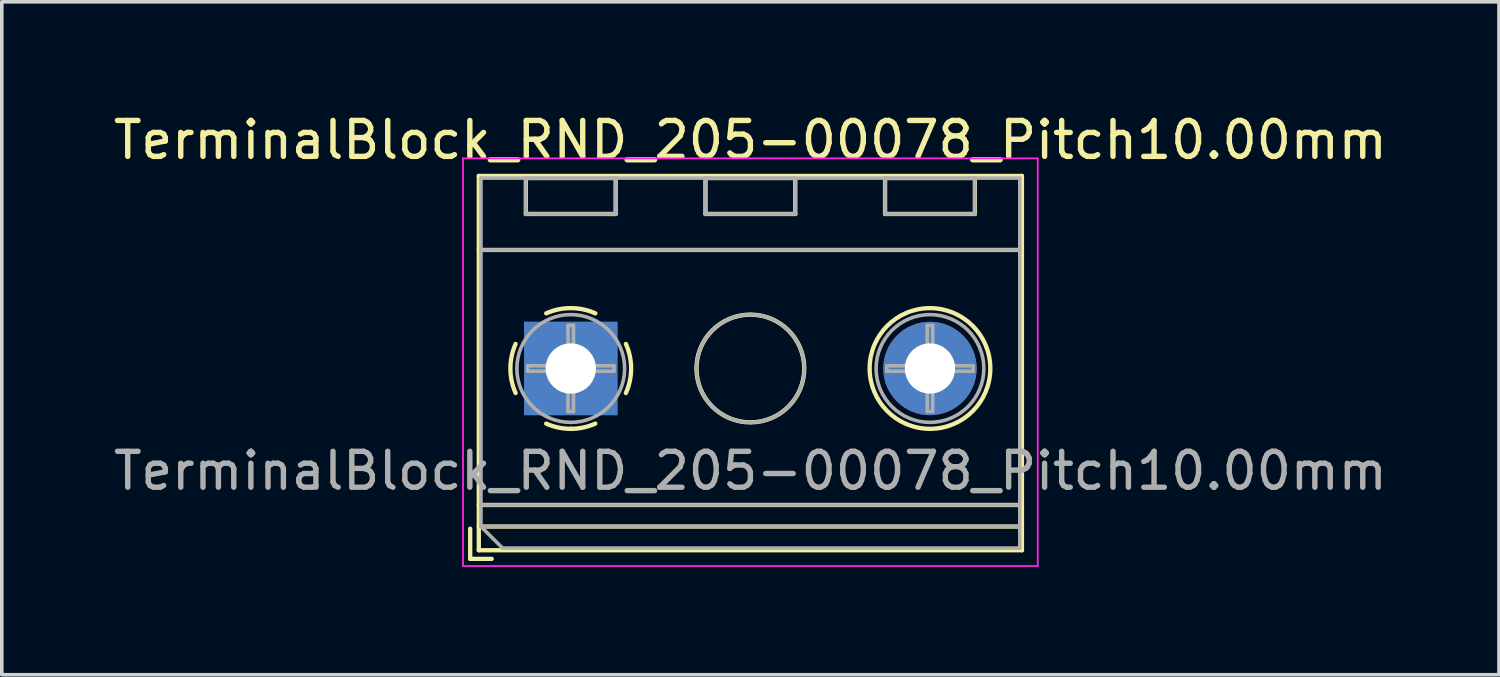
<source format=kicad_pcb>
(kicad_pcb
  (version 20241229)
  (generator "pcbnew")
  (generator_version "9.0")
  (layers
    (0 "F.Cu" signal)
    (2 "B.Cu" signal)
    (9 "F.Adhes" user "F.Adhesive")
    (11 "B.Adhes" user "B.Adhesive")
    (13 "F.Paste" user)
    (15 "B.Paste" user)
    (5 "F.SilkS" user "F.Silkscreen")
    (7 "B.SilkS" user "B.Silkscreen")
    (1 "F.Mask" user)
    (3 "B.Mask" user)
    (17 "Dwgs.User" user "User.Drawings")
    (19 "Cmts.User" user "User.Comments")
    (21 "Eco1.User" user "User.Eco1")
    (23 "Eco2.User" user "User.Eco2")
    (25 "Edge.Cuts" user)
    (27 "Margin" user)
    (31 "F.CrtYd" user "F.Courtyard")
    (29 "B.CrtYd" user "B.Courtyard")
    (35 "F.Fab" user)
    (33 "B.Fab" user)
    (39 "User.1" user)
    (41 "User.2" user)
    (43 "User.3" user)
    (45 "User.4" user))
  (footprint "TerminalBlock_RND_205-00078_Pitch10.00mm"
    (layer "F.Cu")
    (at 12.839 7.208)
    (property "Reference" "TerminalBlock_RND_205-00078_Pitch10.00mm" (at 5 -6.36 0) (layer "F.SilkS") (effects (font (size 1 1) (thickness 0.15))))
    (attr through_hole)
    (fp_line (start -2.8 4.46) (end -2.8 5.3) (stroke (width 0.12) (type solid)) (layer "F.SilkS"))
    (fp_line (start -2.8 5.3) (end -2.2 5.3) (stroke (width 0.12) (type solid)) (layer "F.SilkS"))
    (fp_line (start -2.56 -5.36) (end -2.56 5.06) (stroke (width 0.12) (type solid)) (layer "F.SilkS"))
    (fp_line (start -2.56 -3.3) (end 12.56 -3.3) (stroke (width 0.12) (type solid)) (layer "F.SilkS"))
    (fp_line (start -2.56 3.8) (end 12.56 3.8) (stroke (width 0.12) (type solid)) (layer "F.SilkS"))
    (fp_line (start -2.56 4.4) (end 12.56 4.4) (stroke (width 0.12) (type solid)) (layer "F.SilkS"))
    (fp_line (start -2.56 5.06) (end 12.56 5.06) (stroke (width 0.12) (type solid)) (layer "F.SilkS"))
    (fp_line (start -1.25 -5.301) (end -1.25 -4.301) (stroke (width 0.12) (type solid)) (layer "F.SilkS"))
    (fp_line (start -1.25 -5.301) (end 1.25 -5.301) (stroke (width 0.12) (type solid)) (layer "F.SilkS"))
    (fp_line (start -1.25 -4.301) (end 1.25 -4.301) (stroke (width 0.12) (type solid)) (layer "F.SilkS"))
    (fp_line (start 1.25 -5.301) (end 1.25 -4.301) (stroke (width 0.12) (type solid)) (layer "F.SilkS"))
    (fp_line (start 3.75 -5.301) (end 3.75 -4.301) (stroke (width 0.12) (type solid)) (layer "F.SilkS"))
    (fp_line (start 3.75 -5.301) (end 6.25 -5.301) (stroke (width 0.12) (type solid)) (layer "F.SilkS"))
    (fp_line (start 3.75 -4.301) (end 6.25 -4.301) (stroke (width 0.12) (type solid)) (layer "F.SilkS"))
    (fp_line (start 6.25 -5.301) (end 6.25 -4.301) (stroke (width 0.12) (type solid)) (layer "F.SilkS"))
    (fp_line (start 8.75 -5.301) (end 8.75 -4.301) (stroke (width 0.12) (type solid)) (layer "F.SilkS"))
    (fp_line (start 8.75 -5.301) (end 11.25 -5.301) (stroke (width 0.12) (type solid)) (layer "F.SilkS"))
    (fp_line (start 8.75 -4.301) (end 11.25 -4.301) (stroke (width 0.12) (type solid)) (layer "F.SilkS"))
    (fp_line (start 11.25 -5.301) (end 11.25 -4.301) (stroke (width 0.12) (type solid)) (layer "F.SilkS"))
    (fp_line (start 12.56 -5.36) (end -2.56 -5.36) (stroke (width 0.12) (type solid)) (layer "F.SilkS"))
    (fp_line (start 12.56 5.06) (end 12.56 -5.36) (stroke (width 0.12) (type solid)) (layer "F.SilkS"))
    (fp_arc (start -1.535427 0.683042) (mid -1.680501 -0.000524) (end -1.535 -0.684) (stroke (width 0.12) (type solid)) (layer "F.SilkS"))
    (fp_arc (start -0.683042 -1.535427) (mid 0.000524 -1.680501) (end 0.684 -1.535) (stroke (width 0.12) (type solid)) (layer "F.SilkS"))
    (fp_arc (start 0.028805 1.680253) (mid -0.335551 1.646659) (end -0.684 1.535) (stroke (width 0.12) (type solid)) (layer "F.SilkS"))
    (fp_arc (start 0.683318 1.534756) (mid 0.349292 1.643288) (end 0 1.68) (stroke (width 0.12) (type solid)) (layer "F.SilkS"))
    (fp_arc (start 1.535427 -0.683042) (mid 1.680501 0.000524) (end 1.535 0.684) (stroke (width 0.12) (type solid)) (layer "F.SilkS"))
    (fp_circle (center 5 0) (end 6.5 0) (stroke (width 0.12) (type solid)) (fill no) (layer "F.SilkS"))
    (fp_circle (center 10 0) (end 11.68 0) (stroke (width 0.12) (type solid)) (fill no) (layer "F.SilkS"))
    (fp_line (start -3 -5.85) (end -3 5.5) (stroke (width 0.05) (type solid)) (layer "F.CrtYd"))
    (fp_line (start -3 5.5) (end 13 5.5) (stroke (width 0.05) (type solid)) (layer "F.CrtYd"))
    (fp_line (start 13 -5.85) (end -3 -5.85) (stroke (width 0.05) (type solid)) (layer "F.CrtYd"))
    (fp_line (start 13 5.5) (end 13 -5.85) (stroke (width 0.05) (type solid)) (layer "F.CrtYd"))
    (fp_line (start -2.5 -5.3) (end 12.5 -5.3) (stroke (width 0.1) (type solid)) (layer "F.Fab"))
    (fp_line (start -2.5 -3.3) (end 12.5 -3.3) (stroke (width 0.1) (type solid)) (layer "F.Fab"))
    (fp_line (start -2.5 3.8) (end 12.5 3.8) (stroke (width 0.1) (type solid)) (layer "F.Fab"))
    (fp_line (start -2.5 4.4) (end -2.5 -5.3) (stroke (width 0.1) (type solid)) (layer "F.Fab"))
    (fp_line (start -2.5 4.4) (end 12.5 4.4) (stroke (width 0.1) (type solid)) (layer "F.Fab"))
    (fp_line (start -1.9 5) (end -2.5 4.4) (stroke (width 0.1) (type solid)) (layer "F.Fab"))
    (fp_line (start -1.25 -5.3) (end -1.25 -4.3) (stroke (width 0.1) (type solid)) (layer "F.Fab"))
    (fp_line (start -1.25 -4.3) (end 1.25 -4.3) (stroke (width 0.1) (type solid)) (layer "F.Fab"))
    (fp_line (start -1.201 -0.076) (end -0.076 -0.076) (stroke (width 0.1) (type solid)) (layer "F.Fab"))
    (fp_line (start -1.201 0.076) (end -1.201 -0.076) (stroke (width 0.1) (type solid)) (layer "F.Fab"))
    (fp_line (start -0.076 -1.201) (end 0.076 -1.201) (stroke (width 0.1) (type solid)) (layer "F.Fab"))
    (fp_line (start -0.076 -0.076) (end -0.076 -1.201) (stroke (width 0.1) (type solid)) (layer "F.Fab"))
    (fp_line (start -0.076 0.076) (end -1.201 0.076) (stroke (width 0.1) (type solid)) (layer "F.Fab"))
    (fp_line (start -0.076 1.201) (end -0.076 0.076) (stroke (width 0.1) (type solid)) (layer "F.Fab"))
    (fp_line (start 0.076 -1.201) (end 0.076 -0.076) (stroke (width 0.1) (type solid)) (layer "F.Fab"))
    (fp_line (start 0.076 -0.076) (end 1.201 -0.076) (stroke (width 0.1) (type solid)) (layer "F.Fab"))
    (fp_line (start 0.076 0.076) (end 0.076 1.201) (stroke (width 0.1) (type solid)) (layer "F.Fab"))
    (fp_line (start 0.076 1.201) (end -0.076 1.201) (stroke (width 0.1) (type solid)) (layer "F.Fab"))
    (fp_line (start 1.201 -0.076) (end 1.201 0.076) (stroke (width 0.1) (type solid)) (layer "F.Fab"))
    (fp_line (start 1.201 0.076) (end 0.076 0.076) (stroke (width 0.1) (type solid)) (layer "F.Fab"))
    (fp_line (start 1.25 -5.3) (end -1.25 -5.3) (stroke (width 0.1) (type solid)) (layer "F.Fab"))
    (fp_line (start 1.25 -4.3) (end 1.25 -5.3) (stroke (width 0.1) (type solid)) (layer "F.Fab"))
    (fp_line (start 3.75 -5.3) (end 3.75 -4.3) (stroke (width 0.1) (type solid)) (layer "F.Fab"))
    (fp_line (start 3.75 -4.3) (end 6.25 -4.3) (stroke (width 0.1) (type solid)) (layer "F.Fab"))
    (fp_line (start 6.25 -5.3) (end 3.75 -5.3) (stroke (width 0.1) (type solid)) (layer "F.Fab"))
    (fp_line (start 6.25 -4.3) (end 6.25 -5.3) (stroke (width 0.1) (type solid)) (layer "F.Fab"))
    (fp_line (start 8.75 -5.3) (end 8.75 -4.3) (stroke (width 0.1) (type solid)) (layer "F.Fab"))
    (fp_line (start 8.75 -4.3) (end 11.25 -4.3) (stroke (width 0.1) (type solid)) (layer "F.Fab"))
    (fp_line (start 8.799 -0.076) (end 9.924 -0.076) (stroke (width 0.1) (type solid)) (layer "F.Fab"))
    (fp_line (start 8.799 0.076) (end 8.799 -0.076) (stroke (width 0.1) (type solid)) (layer "F.Fab"))
    (fp_line (start 9.924 -1.201) (end 10.076 -1.201) (stroke (width 0.1) (type solid)) (layer "F.Fab"))
    (fp_line (start 9.924 -0.076) (end 9.924 -1.201) (stroke (width 0.1) (type solid)) (layer "F.Fab"))
    (fp_line (start 9.924 0.076) (end 8.799 0.076) (stroke (width 0.1) (type solid)) (layer "F.Fab"))
    (fp_line (start 9.924 1.201) (end 9.924 0.076) (stroke (width 0.1) (type solid)) (layer "F.Fab"))
    (fp_line (start 10.076 -1.201) (end 10.076 -0.076) (stroke (width 0.1) (type solid)) (layer "F.Fab"))
    (fp_line (start 10.076 -0.076) (end 11.201 -0.076) (stroke (width 0.1) (type solid)) (layer "F.Fab"))
    (fp_line (start 10.076 0.076) (end 10.076 1.201) (stroke (width 0.1) (type solid)) (layer "F.Fab"))
    (fp_line (start 10.076 1.201) (end 9.924 1.201) (stroke (width 0.1) (type solid)) (layer "F.Fab"))
    (fp_line (start 11.201 -0.076) (end 11.201 0.076) (stroke (width 0.1) (type solid)) (layer "F.Fab"))
    (fp_line (start 11.201 0.076) (end 10.076 0.076) (stroke (width 0.1) (type solid)) (layer "F.Fab"))
    (fp_line (start 11.25 -5.3) (end 8.75 -5.3) (stroke (width 0.1) (type solid)) (layer "F.Fab"))
    (fp_line (start 11.25 -4.3) (end 11.25 -5.3) (stroke (width 0.1) (type solid)) (layer "F.Fab"))
    (fp_line (start 12.5 -5.3) (end 12.5 5) (stroke (width 0.1) (type solid)) (layer "F.Fab"))
    (fp_line (start 12.5 5) (end -1.9 5) (stroke (width 0.1) (type solid)) (layer "F.Fab"))
    (fp_circle (center 0 0) (end 1.5 0) (stroke (width 0.1) (type solid)) (fill no) (layer "F.Fab"))
    (fp_circle (center 5 0) (end 6.5 0) (stroke (width 0.1) (type solid)) (fill no) (layer "F.Fab"))
    (fp_circle (center 10 0) (end 11.5 0) (stroke (width 0.1) (type solid)) (fill no) (layer "F.Fab"))
    (fp_text user "${REFERENCE}" (at 5 2.85 0) (layer "F.Fab") (effects (font (size 1 1) (thickness 0.15))))
    (pad "1" thru_hole rect (at 0 0) (size 2.6 2.6) (drill 1.4) (layers "*.Cu" "*.Mask"))
    (pad "2" thru_hole circle (at 10 0) (size 2.6 2.6) (drill 1.4) (layers "*.Cu" "*.Mask")))
  (gr_rect
    (start -3 -3)
    (end 38.679 15.733)
    (stroke (width 0.1) (type default))
    (fill no)
    (layer "Edge.Cuts")))
</source>
